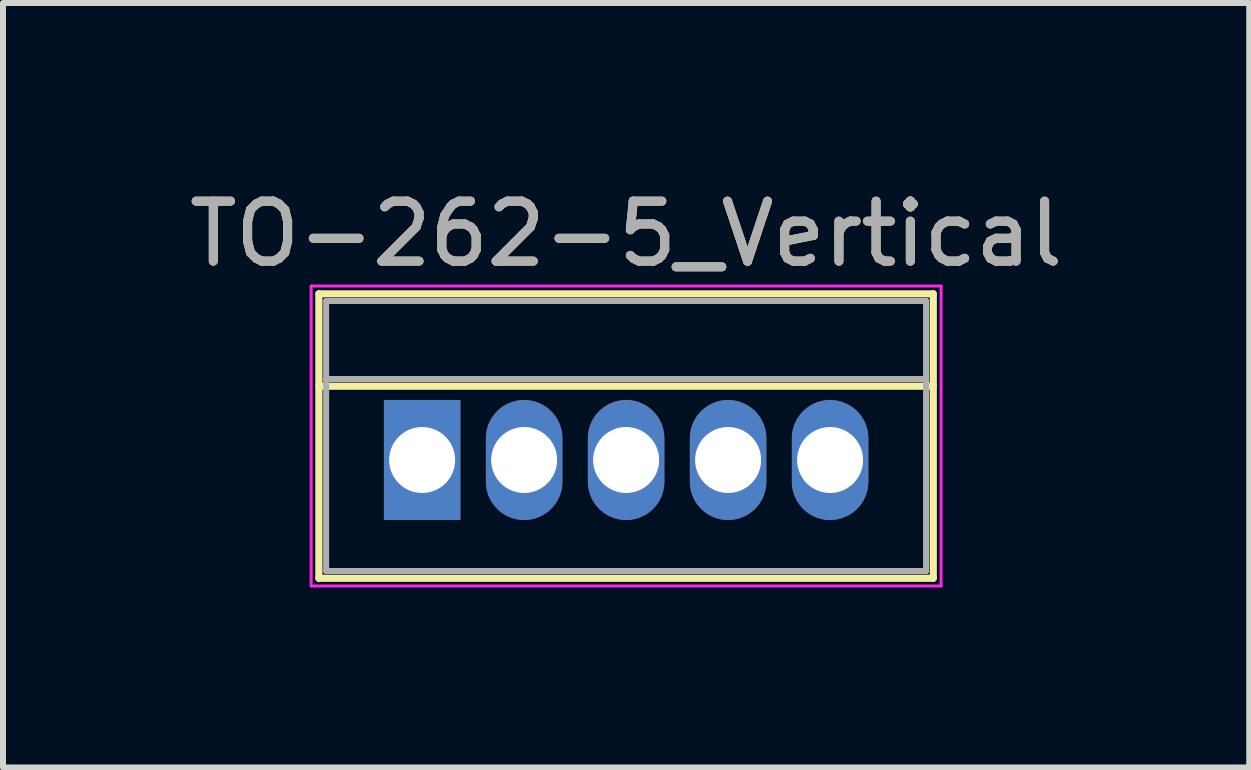
<source format=kicad_pcb>
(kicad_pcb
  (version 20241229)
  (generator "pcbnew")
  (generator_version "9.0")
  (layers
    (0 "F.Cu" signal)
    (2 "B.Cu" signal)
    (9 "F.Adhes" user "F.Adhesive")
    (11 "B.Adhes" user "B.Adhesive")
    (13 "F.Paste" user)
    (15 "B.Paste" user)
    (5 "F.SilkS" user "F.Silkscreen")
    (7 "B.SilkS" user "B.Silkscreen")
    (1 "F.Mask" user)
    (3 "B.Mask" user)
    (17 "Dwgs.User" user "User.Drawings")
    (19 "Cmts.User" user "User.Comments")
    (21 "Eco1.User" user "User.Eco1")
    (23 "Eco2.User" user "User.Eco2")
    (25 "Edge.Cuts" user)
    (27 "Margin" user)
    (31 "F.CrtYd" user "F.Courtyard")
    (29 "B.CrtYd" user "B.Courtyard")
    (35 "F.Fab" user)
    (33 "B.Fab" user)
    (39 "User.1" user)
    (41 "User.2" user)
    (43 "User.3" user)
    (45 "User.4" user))
  (footprint "TO-262-5_Vertical"
    (layer "F.Cu")
    (at 3.987 4.618)
    (property "Reference" "TO-262-5_Vertical" (at 3.4 -3.77 0) (layer "F.SilkS") (effects (font (size 1 1) (thickness 0.15))))
    (attr through_hole)
    (fp_line (start -1.721 -2.77) (end -1.721 1.971) (stroke (width 0.12) (type solid)) (layer "F.SilkS"))
    (fp_line (start -1.721 -2.77) (end 8.52 -2.77) (stroke (width 0.12) (type solid)) (layer "F.SilkS"))
    (fp_line (start -1.721 -1.23) (end 8.52 -1.23) (stroke (width 0.12) (type solid)) (layer "F.SilkS"))
    (fp_line (start -1.721 1.971) (end 8.52 1.971) (stroke (width 0.12) (type solid)) (layer "F.SilkS"))
    (fp_line (start 8.52 -2.77) (end 8.52 1.971) (stroke (width 0.12) (type solid)) (layer "F.SilkS"))
    (fp_line (start -1.85 -2.9) (end -1.85 2.1) (stroke (width 0.05) (type solid)) (layer "F.CrtYd"))
    (fp_line (start -1.85 2.1) (end 8.65 2.1) (stroke (width 0.05) (type solid)) (layer "F.CrtYd"))
    (fp_line (start 8.65 -2.9) (end -1.85 -2.9) (stroke (width 0.05) (type solid)) (layer "F.CrtYd"))
    (fp_line (start 8.65 2.1) (end 8.65 -2.9) (stroke (width 0.05) (type solid)) (layer "F.CrtYd"))
    (fp_line (start -1.6 -2.65) (end -1.6 1.85) (stroke (width 0.1) (type solid)) (layer "F.Fab"))
    (fp_line (start -1.6 -1.35) (end 8.4 -1.35) (stroke (width 0.1) (type solid)) (layer "F.Fab"))
    (fp_line (start -1.6 1.85) (end 8.4 1.85) (stroke (width 0.1) (type solid)) (layer "F.Fab"))
    (fp_line (start 8.4 -2.65) (end -1.6 -2.65) (stroke (width 0.1) (type solid)) (layer "F.Fab"))
    (fp_line (start 8.4 1.85) (end 8.4 -2.65) (stroke (width 0.1) (type solid)) (layer "F.Fab"))
    (fp_text user "${REFERENCE}" (at 3.4 -3.77 0) (layer "F.Fab") (effects (font (size 1 1) (thickness 0.15))))
    (pad "1" thru_hole rect (at 0 0) (size 1.275 2) (drill 1.1) (layers "*.Cu" "*.Mask"))
    (pad "2" thru_hole oval (at 1.7 0) (size 1.275 2) (drill 1.1) (layers "*.Cu" "*.Mask"))
    (pad "3" thru_hole oval (at 3.4 0) (size 1.275 2) (drill 1.1) (layers "*.Cu" "*.Mask"))
    (pad "4" thru_hole oval (at 5.1 0) (size 1.275 2) (drill 1.1) (layers "*.Cu" "*.Mask"))
    (pad "5" thru_hole oval (at 6.8 0) (size 1.275 2) (drill 1.1) (layers "*.Cu" "*.Mask")))
  (gr_rect
    (start -3 -3)
    (end 17.774 9.743)
    (stroke (width 0.1) (type default))
    (fill no)
    (layer "Edge.Cuts")))
</source>
